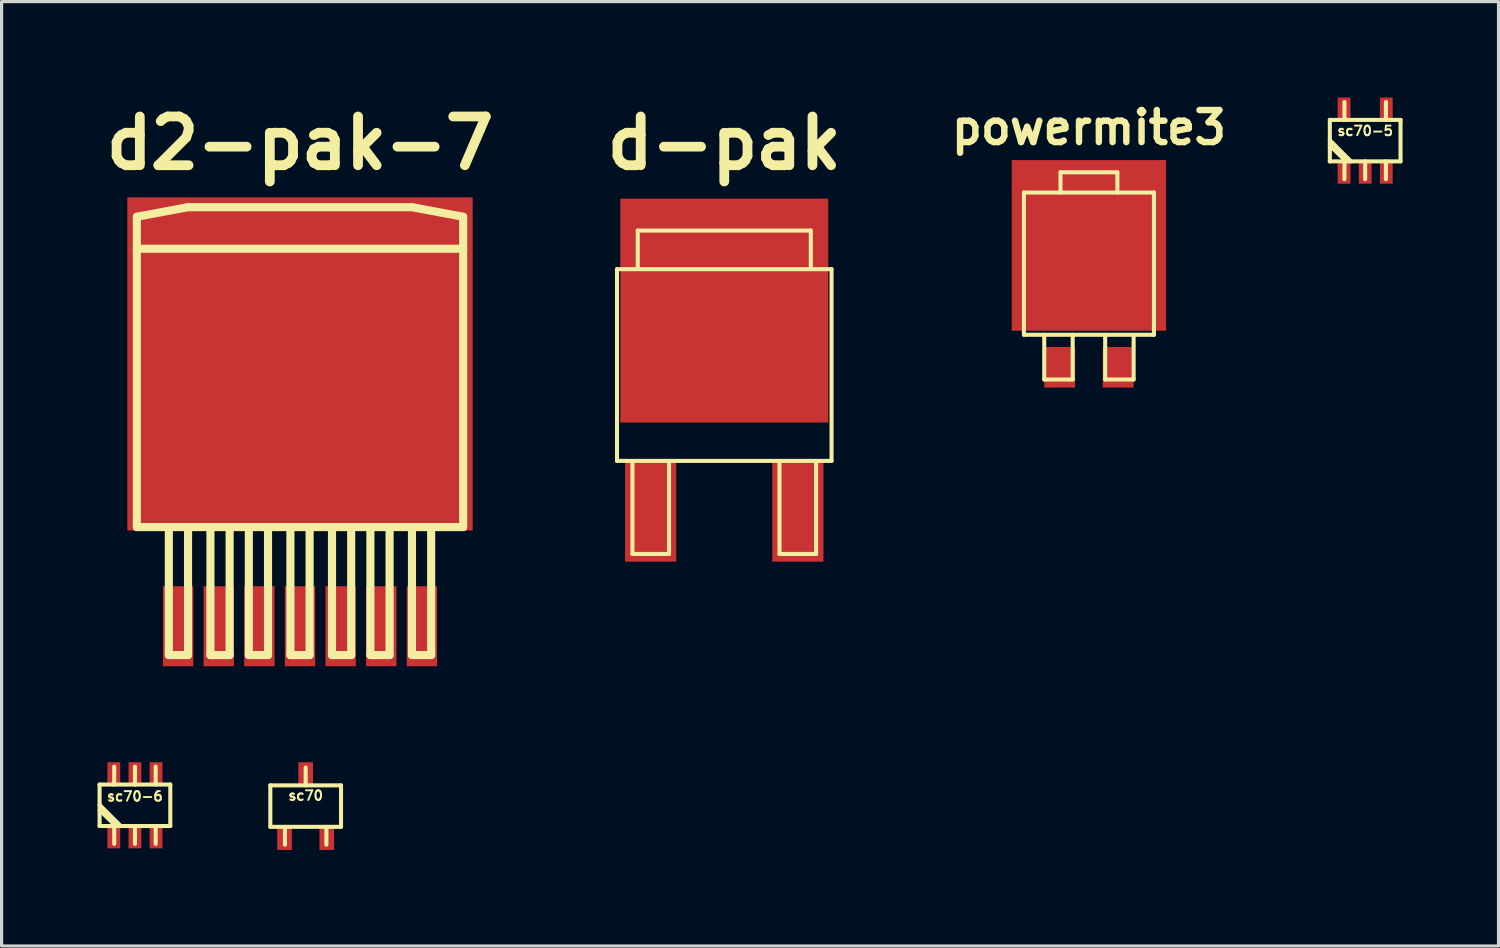
<source format=kicad_pcb>
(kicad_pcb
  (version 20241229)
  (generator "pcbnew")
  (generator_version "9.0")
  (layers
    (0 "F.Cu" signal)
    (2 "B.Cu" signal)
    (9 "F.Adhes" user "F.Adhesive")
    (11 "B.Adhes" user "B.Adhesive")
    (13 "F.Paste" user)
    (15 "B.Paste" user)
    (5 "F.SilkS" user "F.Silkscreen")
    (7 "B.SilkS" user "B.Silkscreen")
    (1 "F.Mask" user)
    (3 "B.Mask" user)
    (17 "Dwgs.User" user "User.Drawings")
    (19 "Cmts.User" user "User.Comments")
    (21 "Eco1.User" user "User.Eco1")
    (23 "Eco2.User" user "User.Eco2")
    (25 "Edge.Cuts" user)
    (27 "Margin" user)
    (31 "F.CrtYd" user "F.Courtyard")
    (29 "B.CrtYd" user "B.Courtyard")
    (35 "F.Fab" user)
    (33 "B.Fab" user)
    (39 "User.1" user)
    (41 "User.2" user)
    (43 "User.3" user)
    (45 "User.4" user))
  (footprint "powermite3"
    (layer "F.Cu")
    (at 30.989 6.526)
    (property "Reference" "powermite3" (at 0 -5.588 0) (layer "F.SilkS") (effects (font (size 1.001 1.001) (thickness 0.201))))
    (attr through_hole)
    (fp_line (start -2.032 -3.556) (end -2.032 0.889) (stroke (width 0.127) (type solid)) (layer "F.SilkS"))
    (fp_line (start -2.032 0.889) (end 2.032 0.889) (stroke (width 0.127) (type solid)) (layer "F.SilkS"))
    (fp_line (start -1.397 2.286) (end -1.397 0.889) (stroke (width 0.127) (type solid)) (layer "F.SilkS"))
    (fp_line (start -1.397 2.286) (end -0.508 2.286) (stroke (width 0.127) (type solid)) (layer "F.SilkS"))
    (fp_line (start -0.889 -4.191) (end 0.889 -4.191) (stroke (width 0.127) (type solid)) (layer "F.SilkS"))
    (fp_line (start -0.889 -3.556) (end -0.889 -4.191) (stroke (width 0.127) (type solid)) (layer "F.SilkS"))
    (fp_line (start -0.508 2.286) (end -0.508 0.889) (stroke (width 0.127) (type solid)) (layer "F.SilkS"))
    (fp_line (start 0.508 2.286) (end 0.508 0.889) (stroke (width 0.127) (type solid)) (layer "F.SilkS"))
    (fp_line (start 0.508 2.286) (end 1.397 2.286) (stroke (width 0.127) (type solid)) (layer "F.SilkS"))
    (fp_line (start 0.889 -4.191) (end 0.889 -3.556) (stroke (width 0.127) (type solid)) (layer "F.SilkS"))
    (fp_line (start 1.397 2.286) (end 1.397 0.889) (stroke (width 0.127) (type solid)) (layer "F.SilkS"))
    (fp_line (start 2.032 -3.556) (end -2.032 -3.556) (stroke (width 0.127) (type solid)) (layer "F.SilkS"))
    (fp_line (start 2.032 0.889) (end 2.032 -3.556) (stroke (width 0.127) (type solid)) (layer "F.SilkS"))
    (pad "1" smd rect (at -0.914 1.905) (size 0.965 1.27) (layers "F.Cu" "F.Mask" "F.Paste"))
    (pad "2" smd rect (at 0 -1.905) (size 4.826 5.334) (layers "F.Cu" "F.Mask" "F.Paste"))
    (pad "3" smd rect (at 0.914 1.905) (size 0.965 1.27) (layers "F.Cu" "F.Mask" "F.Paste")))
  (footprint "sc70"
    (layer "F.Cu")
    (at 6.505 22.148)
    (property "Reference" "sc70" (at 0 -0.33 0) (layer "F.SilkS") (effects (font (size 0.3 0.3) (thickness 0.061))))
    (attr through_hole)
    (fp_line (start -1.105 -0.648) (end 1.105 -0.648) (stroke (width 0.127) (type solid)) (layer "F.SilkS"))
    (fp_line (start -1.105 0.648) (end -1.105 -0.648) (stroke (width 0.127) (type solid)) (layer "F.SilkS"))
    (fp_line (start -0.648 0.648) (end -0.648 1.206) (stroke (width 0.127) (type solid)) (layer "F.SilkS"))
    (fp_line (start 0 -0.648) (end 0 -1.206) (stroke (width 0.127) (type solid)) (layer "F.SilkS"))
    (fp_line (start 0.648 0.648) (end 0.648 1.206) (stroke (width 0.127) (type solid)) (layer "F.SilkS"))
    (fp_line (start 1.105 -0.648) (end 1.105 0.648) (stroke (width 0.127) (type solid)) (layer "F.SilkS"))
    (fp_line (start 1.105 0.648) (end -1.105 0.648) (stroke (width 0.127) (type solid)) (layer "F.SilkS"))
    (pad "1" smd rect (at -0.66 1.016) (size 0.457 0.711) (layers "F.Cu" "F.Mask" "F.Paste"))
    (pad "2" smd rect (at 0 -1.016) (size 0.457 0.711) (layers "F.Cu" "F.Mask" "F.Paste"))
    (pad "3" smd rect (at 0.66 1.016) (size 0.457 0.711) (layers "F.Cu" "F.Mask" "F.Paste")))
  (footprint "sc70-5"
    (layer "F.Cu")
    (at 39.624 1.346)
    (property "Reference" "sc70-5" (at 0 -0.305 0) (layer "F.SilkS") (effects (font (size 0.3 0.3) (thickness 0.061))))
    (attr through_hole)
    (fp_line (start -1.105 -0.648) (end 1.105 -0.648) (stroke (width 0.127) (type solid)) (layer "F.SilkS"))
    (fp_line (start -1.105 0.648) (end -1.105 -0.648) (stroke (width 0.127) (type solid)) (layer "F.SilkS"))
    (fp_line (start -0.648 -0.648) (end -0.648 -1.206) (stroke (width 0.127) (type solid)) (layer "F.SilkS"))
    (fp_line (start -0.648 0.648) (end -0.648 1.206) (stroke (width 0.127) (type solid)) (layer "F.SilkS"))
    (fp_line (start -0.597 0.648) (end -1.105 0.152) (stroke (width 0.127) (type solid)) (layer "F.SilkS"))
    (fp_line (start -0.445 0.648) (end -1.105 -0.013) (stroke (width 0.127) (type solid)) (layer "F.SilkS"))
    (fp_line (start 0 0.648) (end 0 1.206) (stroke (width 0.127) (type solid)) (layer "F.SilkS"))
    (fp_line (start 0.648 -0.648) (end 0.648 -1.206) (stroke (width 0.127) (type solid)) (layer "F.SilkS"))
    (fp_line (start 0.648 0.648) (end 0.648 1.206) (stroke (width 0.127) (type solid)) (layer "F.SilkS"))
    (fp_line (start 1.105 -0.648) (end 1.105 0.648) (stroke (width 0.127) (type solid)) (layer "F.SilkS"))
    (fp_line (start 1.105 0.648) (end -1.105 0.648) (stroke (width 0.127) (type solid)) (layer "F.SilkS"))
    (pad "1" smd rect (at -0.66 1.016) (size 0.4 0.66) (layers "F.Cu" "F.Mask" "F.Paste"))
    (pad "2" smd rect (at 0 1.016) (size 0.4 0.66) (layers "F.Cu" "F.Mask" "F.Paste"))
    (pad "3" smd rect (at 0.66 1.016) (size 0.4 0.66) (layers "F.Cu" "F.Mask" "F.Paste"))
    (pad "4" smd rect (at 0.66 -1.016) (size 0.4 0.66) (layers "F.Cu" "F.Mask" "F.Paste"))
    (pad "5" smd rect (at -0.66 -1.016) (size 0.4 0.66) (layers "F.Cu" "F.Mask" "F.Paste")))
  (footprint "sc70-6"
    (layer "F.Cu")
    (at 1.168 22.122)
    (property "Reference" "sc70-6" (at 0 -0.279 0) (layer "F.SilkS") (effects (font (size 0.3 0.3) (thickness 0.061))))
    (attr through_hole)
    (fp_line (start -1.105 -0.648) (end 1.105 -0.648) (stroke (width 0.127) (type solid)) (layer "F.SilkS"))
    (fp_line (start -1.105 0.648) (end -1.105 -0.648) (stroke (width 0.127) (type solid)) (layer "F.SilkS"))
    (fp_line (start -0.648 -0.648) (end -0.648 -1.206) (stroke (width 0.127) (type solid)) (layer "F.SilkS"))
    (fp_line (start -0.648 0.648) (end -0.648 1.206) (stroke (width 0.127) (type solid)) (layer "F.SilkS"))
    (fp_line (start -0.597 0.648) (end -1.105 0.152) (stroke (width 0.127) (type solid)) (layer "F.SilkS"))
    (fp_line (start -0.445 0.648) (end -1.105 -0.013) (stroke (width 0.127) (type solid)) (layer "F.SilkS"))
    (fp_line (start 0 -0.648) (end 0 -1.206) (stroke (width 0.127) (type solid)) (layer "F.SilkS"))
    (fp_line (start 0 0.648) (end 0 1.206) (stroke (width 0.127) (type solid)) (layer "F.SilkS"))
    (fp_line (start 0.648 -0.648) (end 0.648 -1.206) (stroke (width 0.127) (type solid)) (layer "F.SilkS"))
    (fp_line (start 0.648 0.648) (end 0.648 1.206) (stroke (width 0.127) (type solid)) (layer "F.SilkS"))
    (fp_line (start 1.105 -0.648) (end 1.105 0.648) (stroke (width 0.127) (type solid)) (layer "F.SilkS"))
    (fp_line (start 1.105 0.648) (end -1.105 0.648) (stroke (width 0.127) (type solid)) (layer "F.SilkS"))
    (pad "1" smd rect (at -0.66 1.016) (size 0.4 0.66) (layers "F.Cu" "F.Mask" "F.Paste"))
    (pad "2" smd rect (at 0 1.016) (size 0.4 0.66) (layers "F.Cu" "F.Mask" "F.Paste"))
    (pad "3" smd rect (at 0.66 1.016) (size 0.4 0.66) (layers "F.Cu" "F.Mask" "F.Paste"))
    (pad "4" smd rect (at 0.66 -1.016) (size 0.4 0.66) (layers "F.Cu" "F.Mask" "F.Paste"))
    (pad "5" smd rect (at 0 -1.016) (size 0.4 0.66) (layers "F.Cu" "F.Mask" "F.Paste"))
    (pad "6" smd rect (at -0.66 -1.016) (size 0.4 0.66) (layers "F.Cu" "F.Mask" "F.Paste")))
  (footprint "d-pak"
    (layer "F.Cu")
    (at 19.59 9.783)
    (property "Reference" "d-pak" (at 0 -8.357 0) (layer "F.SilkS") (effects (font (size 1.524 1.524) (thickness 0.305))))
    (attr through_hole)
    (fp_line (start -3.353 -4.42) (end -3.353 1.575) (stroke (width 0.127) (type solid)) (layer "F.SilkS"))
    (fp_line (start -2.87 1.575) (end -2.87 4.483) (stroke (width 0.127) (type solid)) (layer "F.SilkS"))
    (fp_line (start -2.87 4.483) (end -1.727 4.483) (stroke (width 0.127) (type solid)) (layer "F.SilkS"))
    (fp_line (start -2.705 -5.626) (end 2.705 -5.626) (stroke (width 0.127) (type solid)) (layer "F.SilkS"))
    (fp_line (start -2.705 -4.432) (end -2.705 -5.626) (stroke (width 0.127) (type solid)) (layer "F.SilkS"))
    (fp_line (start -1.727 4.483) (end -1.727 1.575) (stroke (width 0.127) (type solid)) (layer "F.SilkS"))
    (fp_line (start 1.727 1.575) (end 1.727 4.483) (stroke (width 0.127) (type solid)) (layer "F.SilkS"))
    (fp_line (start 1.727 4.483) (end 2.87 4.483) (stroke (width 0.127) (type solid)) (layer "F.SilkS"))
    (fp_line (start 2.705 -5.626) (end 2.705 -4.42) (stroke (width 0.127) (type solid)) (layer "F.SilkS"))
    (fp_line (start 2.87 4.483) (end 2.87 1.575) (stroke (width 0.127) (type solid)) (layer "F.SilkS"))
    (fp_line (start 3.353 -4.42) (end -3.353 -4.42) (stroke (width 0.127) (type solid)) (layer "F.SilkS"))
    (fp_line (start 3.353 1.575) (end -3.353 1.575) (stroke (width 0.127) (type solid)) (layer "F.SilkS"))
    (fp_line (start 3.353 1.575) (end 3.353 -4.42) (stroke (width 0.127) (type solid)) (layer "F.SilkS"))
    (pad "1" smd rect (at -2.301 3.124) (size 1.6 3.2) (layers "F.Cu" "F.Mask" "F.Paste"))
    (pad "2" smd rect (at 0 -3.124) (size 6.5 7) (layers "F.Cu" "F.Mask" "F.Paste"))
    (pad "3" smd rect (at 2.301 3.124) (size 1.6 3.2) (layers "F.Cu" "F.Mask" "F.Paste")))
  (footprint "d2-pak-7"
    (layer "F.Cu")
    (at 6.328 10.426)
    (property "Reference" "d2-pak-7" (at 0 -9 0) (layer "F.SilkS") (effects (font (size 1.524 1.524) (thickness 0.305))))
    (attr through_hole)
    (fp_line (start -5.1 -6.7) (end -5.1 3) (stroke (width 0.254) (type solid)) (layer "F.SilkS"))
    (fp_line (start -5.1 -5.7) (end 5.1 -5.7) (stroke (width 0.254) (type solid)) (layer "F.SilkS"))
    (fp_line (start -5.1 3) (end 5.1 3) (stroke (width 0.254) (type solid)) (layer "F.SilkS"))
    (fp_line (start -4.1 7) (end -4.1 3) (stroke (width 0.254) (type solid)) (layer "F.SilkS"))
    (fp_line (start -4.1 7) (end -3.5 7) (stroke (width 0.254) (type solid)) (layer "F.SilkS"))
    (fp_line (start -3.5 -7) (end -5.1 -6.7) (stroke (width 0.254) (type solid)) (layer "F.SilkS"))
    (fp_line (start -3.5 -7) (end 3.5 -7) (stroke (width 0.254) (type solid)) (layer "F.SilkS"))
    (fp_line (start -3.5 7) (end -3.5 3) (stroke (width 0.254) (type solid)) (layer "F.SilkS"))
    (fp_line (start -2.8 7) (end -2.8 3) (stroke (width 0.254) (type solid)) (layer "F.SilkS"))
    (fp_line (start -2.8 7) (end -2.2 7) (stroke (width 0.254) (type solid)) (layer "F.SilkS"))
    (fp_line (start -2.2 7) (end -2.2 3) (stroke (width 0.254) (type solid)) (layer "F.SilkS"))
    (fp_line (start -1.6 7) (end -1.6 3) (stroke (width 0.254) (type solid)) (layer "F.SilkS"))
    (fp_line (start -1.6 7) (end -1 7) (stroke (width 0.254) (type solid)) (layer "F.SilkS"))
    (fp_line (start -1 7) (end -1 3) (stroke (width 0.254) (type solid)) (layer "F.SilkS"))
    (fp_line (start -0.3 7) (end -0.3 3) (stroke (width 0.254) (type solid)) (layer "F.SilkS"))
    (fp_line (start -0.3 7) (end 0.3 7) (stroke (width 0.254) (type solid)) (layer "F.SilkS"))
    (fp_line (start 0.3 7) (end 0.3 3) (stroke (width 0.254) (type solid)) (layer "F.SilkS"))
    (fp_line (start 1 7) (end 1 3) (stroke (width 0.254) (type solid)) (layer "F.SilkS"))
    (fp_line (start 1 7) (end 1.6 7) (stroke (width 0.254) (type solid)) (layer "F.SilkS"))
    (fp_line (start 1.6 7) (end 1.6 3) (stroke (width 0.254) (type solid)) (layer "F.SilkS"))
    (fp_line (start 2.2 7) (end 2.2 3) (stroke (width 0.254) (type solid)) (layer "F.SilkS"))
    (fp_line (start 2.2 7) (end 2.8 7) (stroke (width 0.254) (type solid)) (layer "F.SilkS"))
    (fp_line (start 2.8 7) (end 2.8 3) (stroke (width 0.254) (type solid)) (layer "F.SilkS"))
    (fp_line (start 3.5 -7) (end 5.1 -6.7) (stroke (width 0.254) (type solid)) (layer "F.SilkS"))
    (fp_line (start 3.5 7) (end 3.5 3) (stroke (width 0.254) (type solid)) (layer "F.SilkS"))
    (fp_line (start 3.5 7) (end 4.1 7) (stroke (width 0.254) (type solid)) (layer "F.SilkS"))
    (fp_line (start 4.1 7) (end 4.1 3) (stroke (width 0.254) (type solid)) (layer "F.SilkS"))
    (fp_line (start 5.1 -6.7) (end 5.1 3) (stroke (width 0.254) (type solid)) (layer "F.SilkS"))
    (pad "1" smd rect (at -3.81 6.1) (size 0.95 2.5) (layers "F.Cu" "F.Mask" "F.Paste"))
    (pad "2" smd rect (at -2.54 6.1) (size 0.95 2.5) (layers "F.Cu" "F.Mask" "F.Paste"))
    (pad "2" smd rect (at 0 -2.1) (size 10.795 10.414) (layers "F.Cu" "F.Mask" "F.Paste"))
    (pad "3" smd rect (at -1.27 6.1) (size 0.95 2.5) (layers "F.Cu" "F.Mask" "F.Paste"))
    (pad "4" smd rect (at 0 6.1) (size 0.95 2.5) (layers "F.Cu" "F.Mask" "F.Paste"))
    (pad "5" smd rect (at 1.27 6.1) (size 0.95 2.5) (layers "F.Cu" "F.Mask" "F.Paste"))
    (pad "6" smd rect (at 2.54 6.1) (size 0.95 2.5) (layers "F.Cu" "F.Mask" "F.Paste"))
    (pad "7" smd rect (at 3.81 6.1) (size 0.95 2.5) (layers "F.Cu" "F.Mask" "F.Paste")))
  (gr_rect
    (start -3 -3)
    (end 43.792 26.52)
    (stroke (width 0.1) (type default))
    (fill no)
    (layer "Edge.Cuts")))
</source>
